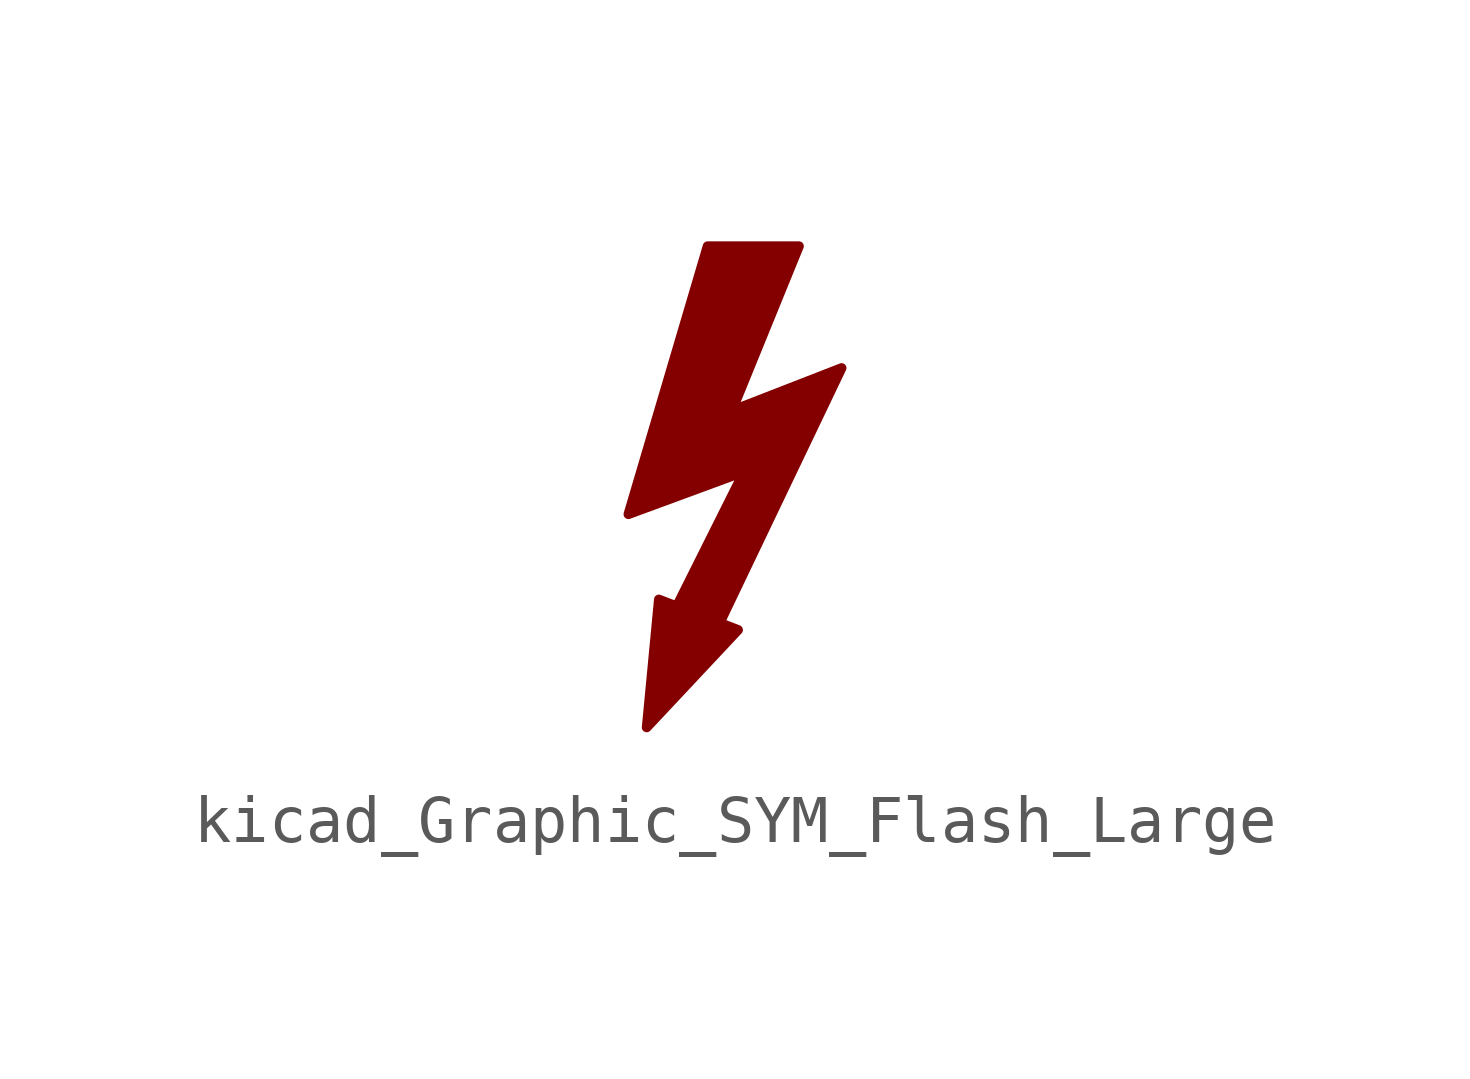
<source format=kicad_sym>
(kicad_symbol_lib
  (version 20220914)
  (generator kicad_symbol_editor)
  (symbol "kicad_Graphic_SYM_Flash_Large"
    (property "Reference" "#SYM"
      (at -3.81 0 90)
      (effects (font (size 1.27 1.27)) hide))
    (symbol "kicad_Graphic_SYM_Flash_Large_0_1"
      (polyline (pts (xy 0.127 -3.556) (xy -1.524 -2.921) (xy -1.778 -5.588) (xy 0.127 -3.556)) (stroke (width 0.203) (type default)) (fill (type outline)))
      (polyline (pts (xy -0.508 4.445) (xy 1.397 4.445) (xy 0 1.016) (xy 2.286 1.905) (xy -0.508 -3.937) (xy -1.397 -3.556) (xy 0.254 -0.254) (xy -2.159 -1.143) (xy -0.508 4.445)) (stroke (width 0.203) (type default)) (fill (type outline))))))
</source>
